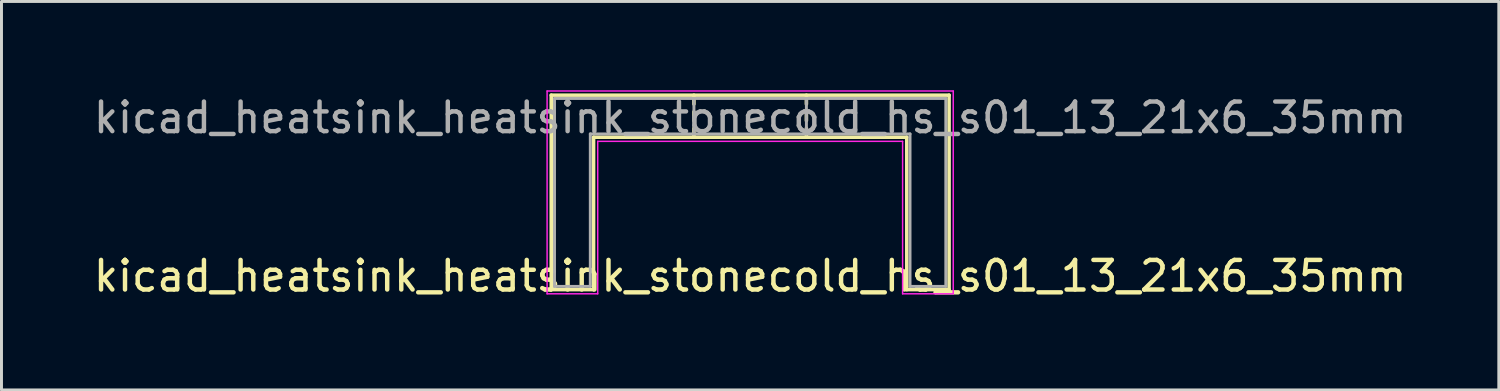
<source format=kicad_pcb>
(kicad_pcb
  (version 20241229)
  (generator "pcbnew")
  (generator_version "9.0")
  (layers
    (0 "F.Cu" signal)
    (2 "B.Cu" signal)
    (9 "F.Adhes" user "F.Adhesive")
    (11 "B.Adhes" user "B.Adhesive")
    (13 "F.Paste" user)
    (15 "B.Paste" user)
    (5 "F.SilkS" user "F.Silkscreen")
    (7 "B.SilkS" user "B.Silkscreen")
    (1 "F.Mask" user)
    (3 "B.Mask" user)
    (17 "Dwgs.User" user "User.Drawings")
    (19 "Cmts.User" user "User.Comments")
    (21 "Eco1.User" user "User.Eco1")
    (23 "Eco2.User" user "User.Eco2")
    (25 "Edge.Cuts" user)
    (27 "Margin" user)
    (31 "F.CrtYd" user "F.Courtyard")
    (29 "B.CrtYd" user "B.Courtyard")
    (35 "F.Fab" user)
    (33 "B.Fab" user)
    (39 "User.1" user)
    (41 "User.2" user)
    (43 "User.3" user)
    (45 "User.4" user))
  (footprint "kicad_heatsink_heatsink_stonecold_hs_s01_13_21x6_35mm"
    (layer "F.Cu")
    (at 22.292 0.275)
    (property "Reference" "kicad_heatsink_heatsink_stonecold_hs_s01_13_21x6_35mm" (at 0 6 0) (layer "F.SilkS") (effects (font (size 1 1) (thickness 0.15))))
    (fp_line (start -6.72 -0.11) (end -6.72 6.46) (stroke (width 0.12) (type solid)) (layer "F.SilkS"))
    (fp_line (start -6.72 -0.11) (end 6.72 -0.11) (stroke (width 0.12) (type solid)) (layer "F.SilkS"))
    (fp_line (start -6.72 6.46) (end -5.29 6.46) (stroke (width 0.12) (type solid)) (layer "F.SilkS"))
    (fp_line (start -5.29 1.31) (end 5.29 1.31) (stroke (width 0.12) (type solid)) (layer "F.SilkS"))
    (fp_line (start -5.29 6.46) (end -5.29 1.31) (stroke (width 0.12) (type solid)) (layer "F.SilkS"))
    (fp_line (start -1.9 -0.11) (end -1.9 0.19) (stroke (width 0.12) (type solid)) (layer "F.SilkS"))
    (fp_line (start -1.9 0.45) (end -1.9 0.75) (stroke (width 0.12) (type solid)) (layer "F.SilkS"))
    (fp_line (start -1.9 1.01) (end -1.9 1.31) (stroke (width 0.12) (type solid)) (layer "F.SilkS"))
    (fp_line (start 1.9 -0.11) (end 1.9 0.19) (stroke (width 0.12) (type solid)) (layer "F.SilkS"))
    (fp_line (start 1.9 0.45) (end 1.9 0.75) (stroke (width 0.12) (type solid)) (layer "F.SilkS"))
    (fp_line (start 1.9 1.01) (end 1.9 1.31) (stroke (width 0.12) (type solid)) (layer "F.SilkS"))
    (fp_line (start 5.29 1.31) (end 5.29 6.46) (stroke (width 0.12) (type solid)) (layer "F.SilkS"))
    (fp_line (start 5.29 6.46) (end 6.72 6.46) (stroke (width 0.12) (type solid)) (layer "F.SilkS"))
    (fp_line (start 6.72 -0.11) (end 6.72 6.46) (stroke (width 0.12) (type solid)) (layer "F.SilkS"))
    (fp_line (start -6.86 -0.25) (end -6.86 6.6) (stroke (width 0.05) (type solid)) (layer "F.CrtYd"))
    (fp_line (start -6.86 -0.25) (end 6.86 -0.25) (stroke (width 0.05) (type solid)) (layer "F.CrtYd"))
    (fp_line (start -6.86 6.6) (end -5.15 6.6) (stroke (width 0.05) (type solid)) (layer "F.CrtYd"))
    (fp_line (start -5.15 1.45) (end -5.15 6.6) (stroke (width 0.05) (type solid)) (layer "F.CrtYd"))
    (fp_line (start -5.15 1.45) (end 5.15 1.45) (stroke (width 0.05) (type solid)) (layer "F.CrtYd"))
    (fp_line (start 5.15 1.45) (end 5.15 6.6) (stroke (width 0.05) (type solid)) (layer "F.CrtYd"))
    (fp_line (start 5.15 6.6) (end 6.86 6.6) (stroke (width 0.05) (type solid)) (layer "F.CrtYd"))
    (fp_line (start 6.86 -0.25) (end 6.86 6.6) (stroke (width 0.05) (type solid)) (layer "F.CrtYd"))
    (fp_line (start -6.61 0) (end -6.61 6.35) (stroke (width 0.1) (type solid)) (layer "F.Fab"))
    (fp_line (start -6.61 0) (end 6.61 0) (stroke (width 0.1) (type solid)) (layer "F.Fab"))
    (fp_line (start -6.61 6.35) (end -5.4 6.35) (stroke (width 0.1) (type solid)) (layer "F.Fab"))
    (fp_line (start -5.4 1.2) (end -5.4 6.35) (stroke (width 0.1) (type solid)) (layer "F.Fab"))
    (fp_line (start -5.4 1.2) (end 5.4 1.2) (stroke (width 0.1) (type solid)) (layer "F.Fab"))
    (fp_line (start -1.9 1.2) (end -1.9 0) (stroke (width 0.1) (type solid)) (layer "F.Fab"))
    (fp_line (start 1.9 1.2) (end 1.9 0) (stroke (width 0.1) (type solid)) (layer "F.Fab"))
    (fp_line (start 5.4 1.2) (end 5.4 6.35) (stroke (width 0.1) (type solid)) (layer "F.Fab"))
    (fp_line (start 5.4 6.35) (end 6.61 6.35) (stroke (width 0.1) (type solid)) (layer "F.Fab"))
    (fp_line (start 6.61 0) (end 6.61 6.35) (stroke (width 0.1) (type solid)) (layer "F.Fab"))
    (fp_text user "${REFERENCE}" (at 0 0.65 0) (layer "F.Fab") (effects (font (size 1 1) (thickness 0.15)))))
  (gr_rect
    (start -3 -3)
    (end 47.583 10.123)
    (stroke (width 0.1) (type default))
    (fill no)
    (layer "Edge.Cuts")))
</source>
